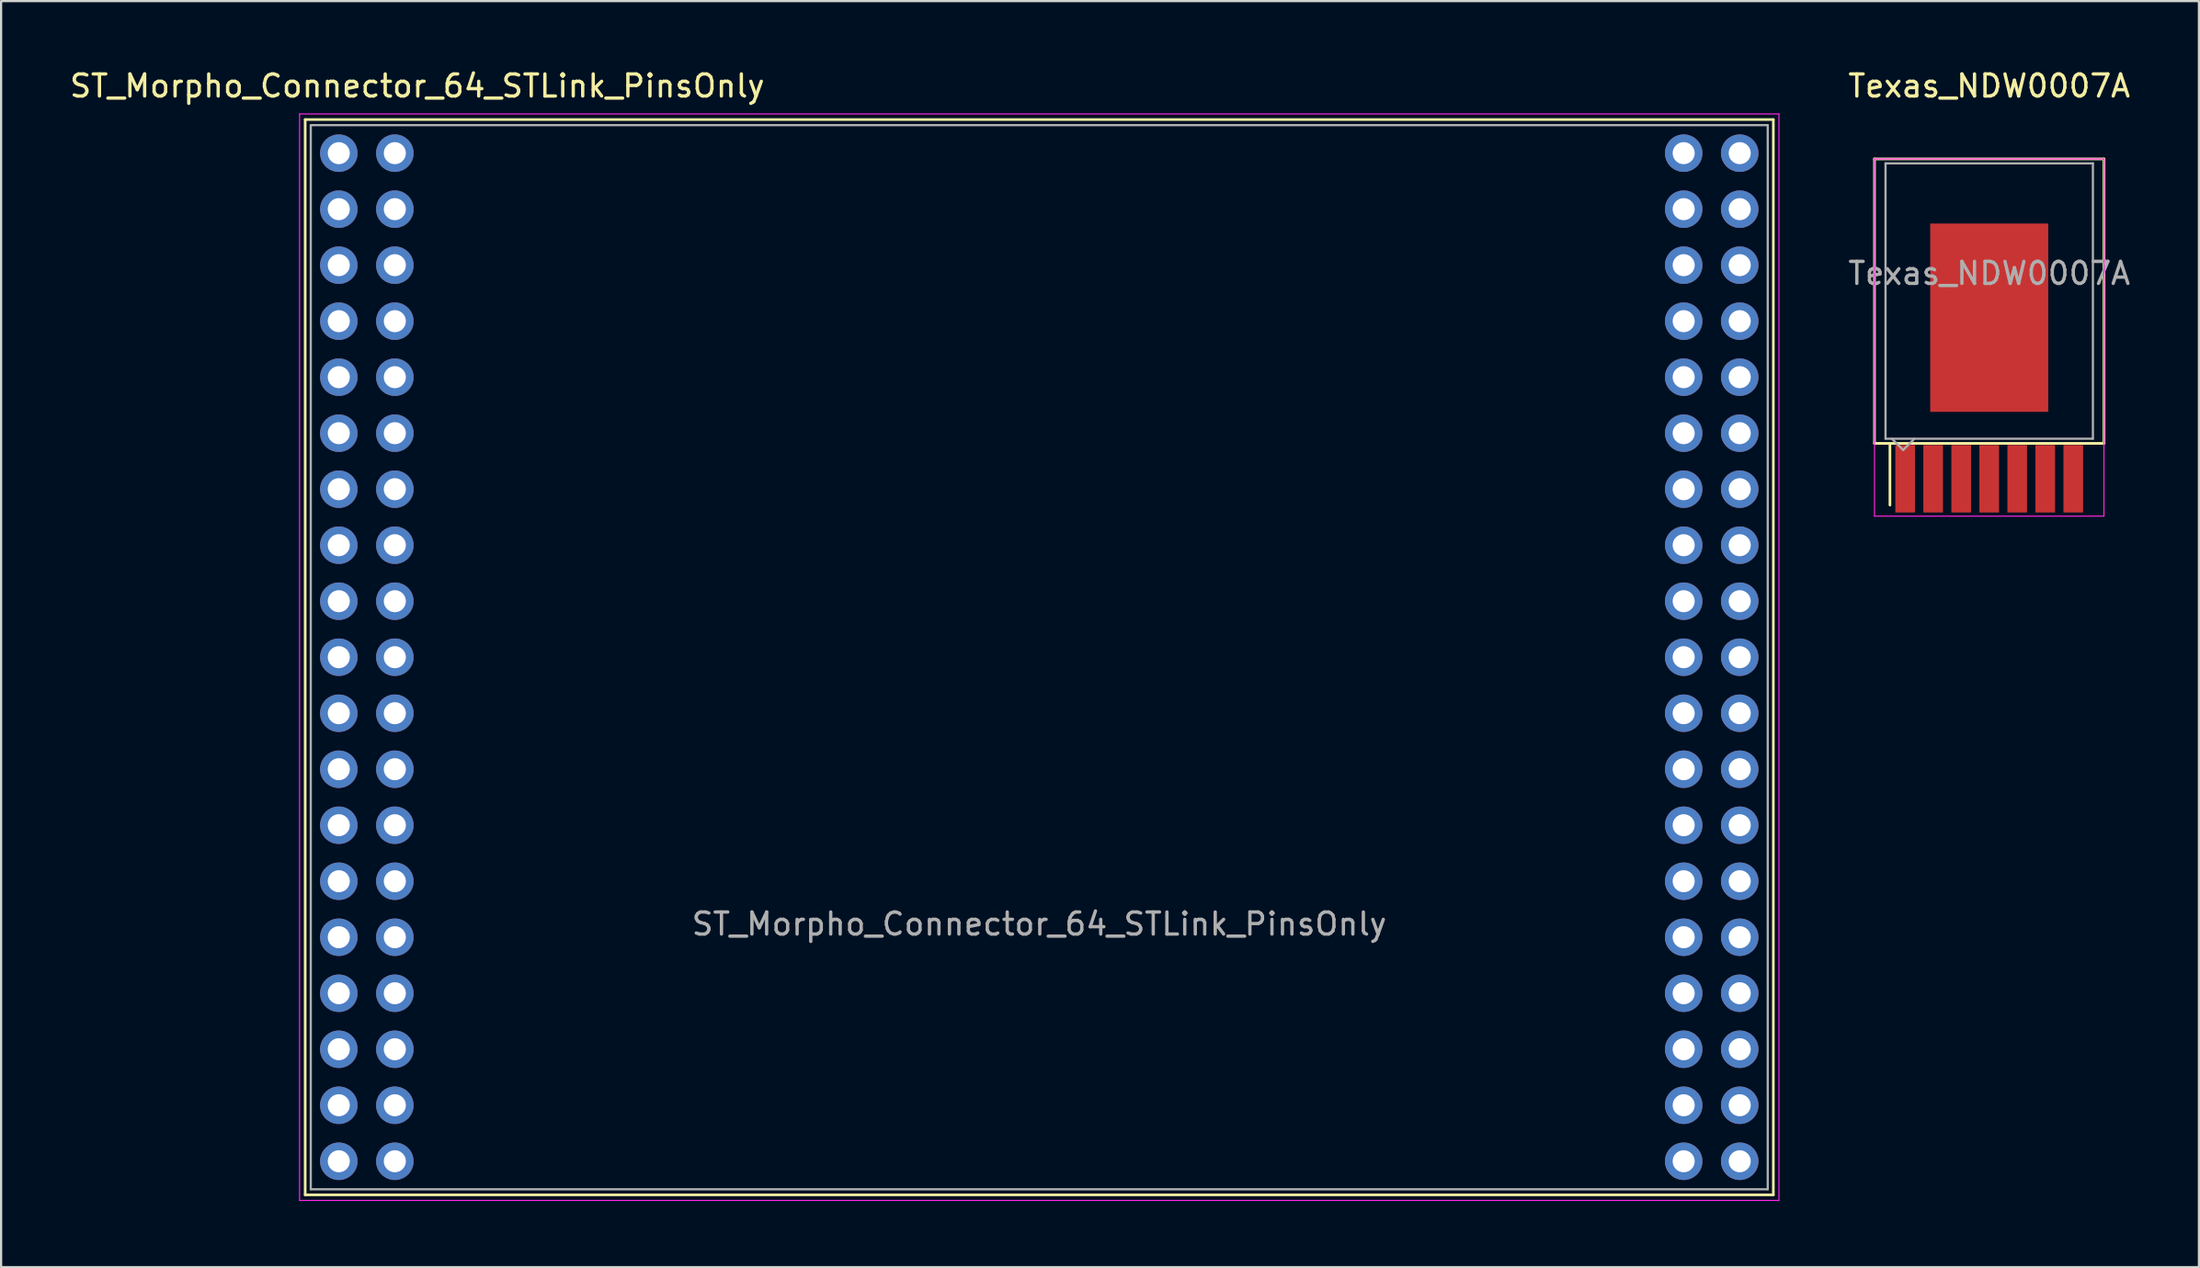
<source format=kicad_pcb>
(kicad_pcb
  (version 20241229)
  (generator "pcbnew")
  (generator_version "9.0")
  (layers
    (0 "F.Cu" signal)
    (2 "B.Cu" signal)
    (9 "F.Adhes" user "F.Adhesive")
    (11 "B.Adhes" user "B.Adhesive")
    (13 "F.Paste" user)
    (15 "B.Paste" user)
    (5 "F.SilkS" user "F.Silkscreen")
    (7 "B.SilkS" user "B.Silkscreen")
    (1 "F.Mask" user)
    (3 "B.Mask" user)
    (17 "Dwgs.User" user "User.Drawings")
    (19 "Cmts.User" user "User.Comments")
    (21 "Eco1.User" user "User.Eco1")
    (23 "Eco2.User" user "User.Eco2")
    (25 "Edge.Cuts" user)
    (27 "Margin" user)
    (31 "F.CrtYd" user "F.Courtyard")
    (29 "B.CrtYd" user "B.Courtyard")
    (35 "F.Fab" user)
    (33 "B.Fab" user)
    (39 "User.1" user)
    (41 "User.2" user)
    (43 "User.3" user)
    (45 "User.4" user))
  (footprint "ST_Morpho_Connector_64_STLink_PinsOnly"
    (layer "F.Cu")
    (at 12.307 49.616)
    (property "Reference" "ST_Morpho_Connector_64_STLink_PinsOnly" (at 3.556 -48.768 0) (layer "F.SilkS") (effects (font (size 1 1) (thickness 0.15))))
    (attr through_hole)
    (fp_line (start -1.524 -47.244) (end -1.524 1.524) (stroke (width 0.12) (type solid)) (layer "F.SilkS"))
    (fp_line (start -1.524 -47.244) (end 65.024 -47.244) (stroke (width 0.12) (type solid)) (layer "F.SilkS"))
    (fp_line (start -1.524 1.524) (end 65.024 1.524) (stroke (width 0.12) (type solid)) (layer "F.SilkS"))
    (fp_line (start 65.024 -47.244) (end 65.024 1.524) (stroke (width 0.12) (type solid)) (layer "F.SilkS"))
    (fp_line (start -1.778 -47.498) (end -1.778 1.778) (stroke (width 0.05) (type solid)) (layer "F.CrtYd"))
    (fp_line (start -1.778 -47.498) (end 65.278 -47.498) (stroke (width 0.05) (type solid)) (layer "F.CrtYd"))
    (fp_line (start -1.778 1.778) (end 65.278 1.778) (stroke (width 0.05) (type solid)) (layer "F.CrtYd"))
    (fp_line (start 65.278 -47.498) (end 65.278 1.778) (stroke (width 0.05) (type solid)) (layer "F.CrtYd"))
    (fp_line (start -1.27 1.27) (end -1.27 -46.99) (stroke (width 0.1) (type solid)) (layer "F.Fab"))
    (fp_line (start 64.77 -46.99) (end -1.27 -46.99) (stroke (width 0.1) (type solid)) (layer "F.Fab"))
    (fp_line (start 64.77 -46.99) (end 64.77 1.27) (stroke (width 0.1) (type solid)) (layer "F.Fab"))
    (fp_line (start 64.77 1.27) (end -1.27 1.27) (stroke (width 0.1) (type solid)) (layer "F.Fab"))
    (fp_text user "${REFERENCE}" (at 31.75 -10.76 0) (layer "F.Fab") (effects (font (size 1 1) (thickness 0.15))))
    (pad "1" thru_hole circle (at 0 -45.72) (size 1.7 1.7) (drill 1) (layers "*.Cu" "*.Mask"))
    (pad "2" thru_hole circle (at 2.54 -45.72) (size 1.7 1.7) (drill 1) (layers "*.Cu" "*.Mask"))
    (pad "3" thru_hole circle (at 0 -43.18) (size 1.7 1.7) (drill 1) (layers "*.Cu" "*.Mask"))
    (pad "4" thru_hole circle (at 2.54 -43.18) (size 1.7 1.7) (drill 1) (layers "*.Cu" "*.Mask"))
    (pad "5" thru_hole circle (at 0 -40.64) (size 1.7 1.7) (drill 1) (layers "*.Cu" "*.Mask"))
    (pad "6" thru_hole circle (at 2.54 -40.64) (size 1.7 1.7) (drill 1) (layers "*.Cu" "*.Mask"))
    (pad "7" thru_hole circle (at 0 -38.1) (size 1.7 1.7) (drill 1) (layers "*.Cu" "*.Mask"))
    (pad "8" thru_hole circle (at 2.54 -38.1) (size 1.7 1.7) (drill 1) (layers "*.Cu" "*.Mask"))
    (pad "9" thru_hole circle (at 0 -35.56) (size 1.7 1.7) (drill 1) (layers "*.Cu" "*.Mask"))
    (pad "10" thru_hole circle (at 2.54 -35.56) (size 1.7 1.7) (drill 1) (layers "*.Cu" "*.Mask"))
    (pad "11" thru_hole circle (at 0 -33.02) (size 1.7 1.7) (drill 1) (layers "*.Cu" "*.Mask"))
    (pad "12" thru_hole circle (at 2.54 -33.02) (size 1.7 1.7) (drill 1) (layers "*.Cu" "*.Mask"))
    (pad "13" thru_hole circle (at 0 -30.48) (size 1.7 1.7) (drill 1) (layers "*.Cu" "*.Mask"))
    (pad "14" thru_hole circle (at 2.54 -30.48) (size 1.7 1.7) (drill 1) (layers "*.Cu" "*.Mask"))
    (pad "15" thru_hole circle (at 0 -27.94) (size 1.7 1.7) (drill 1) (layers "*.Cu" "*.Mask"))
    (pad "16" thru_hole circle (at 2.54 -27.94) (size 1.7 1.7) (drill 1) (layers "*.Cu" "*.Mask"))
    (pad "17" thru_hole circle (at 0 -25.4) (size 1.7 1.7) (drill 1) (layers "*.Cu" "*.Mask"))
    (pad "18" thru_hole circle (at 2.54 -25.4) (size 1.7 1.7) (drill 1) (layers "*.Cu" "*.Mask"))
    (pad "19" thru_hole circle (at 0 -22.86) (size 1.7 1.7) (drill 1) (layers "*.Cu" "*.Mask"))
    (pad "20" thru_hole circle (at 2.54 -22.86) (size 1.7 1.7) (drill 1) (layers "*.Cu" "*.Mask"))
    (pad "21" thru_hole circle (at 0 -20.32) (size 1.7 1.7) (drill 1) (layers "*.Cu" "*.Mask"))
    (pad "22" thru_hole circle (at 2.54 -20.32) (size 1.7 1.7) (drill 1) (layers "*.Cu" "*.Mask"))
    (pad "23" thru_hole circle (at 0 -17.78) (size 1.7 1.7) (drill 1) (layers "*.Cu" "*.Mask"))
    (pad "24" thru_hole circle (at 2.54 -17.78) (size 1.7 1.7) (drill 1) (layers "*.Cu" "*.Mask"))
    (pad "25" thru_hole circle (at 0 -15.24) (size 1.7 1.7) (drill 1) (layers "*.Cu" "*.Mask"))
    (pad "26" thru_hole circle (at 2.54 -15.24) (size 1.7 1.7) (drill 1) (layers "*.Cu" "*.Mask"))
    (pad "27" thru_hole circle (at 0 -12.7) (size 1.7 1.7) (drill 1) (layers "*.Cu" "*.Mask"))
    (pad "28" thru_hole circle (at 2.54 -12.7) (size 1.7 1.7) (drill 1) (layers "*.Cu" "*.Mask"))
    (pad "29" thru_hole circle (at 0 -10.16) (size 1.7 1.7) (drill 1) (layers "*.Cu" "*.Mask"))
    (pad "30" thru_hole circle (at 2.54 -10.16) (size 1.7 1.7) (drill 1) (layers "*.Cu" "*.Mask"))
    (pad "31" thru_hole circle (at 0 -7.62) (size 1.7 1.7) (drill 1) (layers "*.Cu" "*.Mask"))
    (pad "32" thru_hole circle (at 2.54 -7.62) (size 1.7 1.7) (drill 1) (layers "*.Cu" "*.Mask"))
    (pad "33" thru_hole circle (at 0 -5.08) (size 1.7 1.7) (drill 1) (layers "*.Cu" "*.Mask"))
    (pad "34" thru_hole circle (at 2.54 -5.08) (size 1.7 1.7) (drill 1) (layers "*.Cu" "*.Mask"))
    (pad "35" thru_hole circle (at 0 -2.54) (size 1.7 1.7) (drill 1) (layers "*.Cu" "*.Mask"))
    (pad "36" thru_hole circle (at 2.54 -2.54) (size 1.7 1.7) (drill 1) (layers "*.Cu" "*.Mask"))
    (pad "37" thru_hole circle (at 0 0) (size 1.7 1.7) (drill 1) (layers "*.Cu" "*.Mask"))
    (pad "38" thru_hole circle (at 2.54 0) (size 1.7 1.7) (drill 1) (layers "*.Cu" "*.Mask"))
    (pad "39" thru_hole circle (at 60.96 -45.72) (size 1.7 1.7) (drill 1) (layers "*.Cu" "*.Mask"))
    (pad "40" thru_hole circle (at 63.5 -45.72) (size 1.7 1.7) (drill 1) (layers "*.Cu" "*.Mask"))
    (pad "41" thru_hole circle (at 60.96 -43.18) (size 1.7 1.7) (drill 1) (layers "*.Cu" "*.Mask"))
    (pad "42" thru_hole circle (at 63.5 -43.18) (size 1.7 1.7) (drill 1) (layers "*.Cu" "*.Mask"))
    (pad "43" thru_hole circle (at 60.96 -40.64) (size 1.7 1.7) (drill 1) (layers "*.Cu" "*.Mask"))
    (pad "44" thru_hole circle (at 63.5 -40.64) (size 1.7 1.7) (drill 1) (layers "*.Cu" "*.Mask"))
    (pad "45" thru_hole circle (at 60.96 -38.1) (size 1.7 1.7) (drill 1) (layers "*.Cu" "*.Mask"))
    (pad "46" thru_hole circle (at 63.5 -38.1) (size 1.7 1.7) (drill 1) (layers "*.Cu" "*.Mask"))
    (pad "47" thru_hole circle (at 60.96 -35.56) (size 1.7 1.7) (drill 1) (layers "*.Cu" "*.Mask"))
    (pad "48" thru_hole circle (at 63.5 -35.56) (size 1.7 1.7) (drill 1) (layers "*.Cu" "*.Mask"))
    (pad "49" thru_hole circle (at 60.96 -33.02) (size 1.7 1.7) (drill 1) (layers "*.Cu" "*.Mask"))
    (pad "50" thru_hole circle (at 63.5 -33.02) (size 1.7 1.7) (drill 1) (layers "*.Cu" "*.Mask"))
    (pad "51" thru_hole circle (at 60.96 -30.48) (size 1.7 1.7) (drill 1) (layers "*.Cu" "*.Mask"))
    (pad "52" thru_hole circle (at 63.5 -30.48) (size 1.7 1.7) (drill 1) (layers "*.Cu" "*.Mask"))
    (pad "53" thru_hole circle (at 60.96 -27.94) (size 1.7 1.7) (drill 1) (layers "*.Cu" "*.Mask"))
    (pad "54" thru_hole circle (at 63.5 -27.94) (size 1.7 1.7) (drill 1) (layers "*.Cu" "*.Mask"))
    (pad "55" thru_hole circle (at 60.96 -25.4) (size 1.7 1.7) (drill 1) (layers "*.Cu" "*.Mask"))
    (pad "56" thru_hole circle (at 63.5 -25.4) (size 1.7 1.7) (drill 1) (layers "*.Cu" "*.Mask"))
    (pad "57" thru_hole circle (at 60.96 -22.86) (size 1.7 1.7) (drill 1) (layers "*.Cu" "*.Mask"))
    (pad "58" thru_hole circle (at 63.5 -22.86) (size 1.7 1.7) (drill 1) (layers "*.Cu" "*.Mask"))
    (pad "59" thru_hole circle (at 60.96 -20.32) (size 1.7 1.7) (drill 1) (layers "*.Cu" "*.Mask"))
    (pad "60" thru_hole circle (at 63.5 -20.32) (size 1.7 1.7) (drill 1) (layers "*.Cu" "*.Mask"))
    (pad "61" thru_hole circle (at 60.96 -17.78) (size 1.7 1.7) (drill 1) (layers "*.Cu" "*.Mask"))
    (pad "62" thru_hole circle (at 63.5 -17.78) (size 1.7 1.7) (drill 1) (layers "*.Cu" "*.Mask"))
    (pad "63" thru_hole circle (at 60.96 -15.24) (size 1.7 1.7) (drill 1) (layers "*.Cu" "*.Mask"))
    (pad "64" thru_hole circle (at 63.5 -15.24) (size 1.7 1.7) (drill 1) (layers "*.Cu" "*.Mask"))
    (pad "65" thru_hole circle (at 60.96 -12.7) (size 1.7 1.7) (drill 1) (layers "*.Cu" "*.Mask"))
    (pad "66" thru_hole circle (at 63.5 -12.7) (size 1.7 1.7) (drill 1) (layers "*.Cu" "*.Mask"))
    (pad "67" thru_hole circle (at 60.96 -10.16) (size 1.7 1.7) (drill 1) (layers "*.Cu" "*.Mask"))
    (pad "68" thru_hole circle (at 63.5 -10.16) (size 1.7 1.7) (drill 1) (layers "*.Cu" "*.Mask"))
    (pad "69" thru_hole circle (at 60.96 -7.62) (size 1.7 1.7) (drill 1) (layers "*.Cu" "*.Mask"))
    (pad "70" thru_hole circle (at 63.5 -7.62) (size 1.7 1.7) (drill 1) (layers "*.Cu" "*.Mask"))
    (pad "71" thru_hole circle (at 60.96 -5.08) (size 1.7 1.7) (drill 1) (layers "*.Cu" "*.Mask"))
    (pad "72" thru_hole circle (at 63.5 -5.08) (size 1.7 1.7) (drill 1) (layers "*.Cu" "*.Mask"))
    (pad "73" thru_hole circle (at 60.96 -2.54) (size 1.7 1.7) (drill 1) (layers "*.Cu" "*.Mask"))
    (pad "74" thru_hole circle (at 63.5 -2.54) (size 1.7 1.7) (drill 1) (layers "*.Cu" "*.Mask"))
    (pad "75" thru_hole circle (at 60.96 0) (size 1.7 1.7) (drill 1) (layers "*.Cu" "*.Mask"))
    (pad "76" thru_hole circle (at 63.5 0) (size 1.7 1.7) (drill 1) (layers "*.Cu" "*.Mask")))
  (footprint "Texas_NDW0007A"
    (layer "F.Cu")
    (at 87.116 11.358)
    (property "Reference" "Texas_NDW0007A" (at 0 -10.51 0) (layer "F.SilkS") (effects (font (size 1 1) (thickness 0.15))))
    (attr smd)
    (fp_line (start -5.2 -7.2) (end 5.2 -7.2) (stroke (width 0.12) (type solid)) (layer "F.SilkS"))
    (fp_line (start -5.2 5.7) (end -5.2 -7.2) (stroke (width 0.12) (type solid)) (layer "F.SilkS"))
    (fp_line (start -5.2 5.7) (end 5.2 5.7) (stroke (width 0.12) (type solid)) (layer "F.SilkS"))
    (fp_line (start -4.5 5.75) (end -4.5 8.5) (stroke (width 0.12) (type solid)) (layer "F.SilkS"))
    (fp_line (start 5.2 -7.2) (end 5.2 5.7) (stroke (width 0.12) (type solid)) (layer "F.SilkS"))
    (fp_line (start -5.2 -7.2) (end 5.2 -7.2) (stroke (width 0.05) (type solid)) (layer "F.CrtYd"))
    (fp_line (start -5.2 9) (end -5.2 -7.2) (stroke (width 0.05) (type solid)) (layer "F.CrtYd"))
    (fp_line (start 5.2 -7.2) (end 5.2 9) (stroke (width 0.05) (type solid)) (layer "F.CrtYd"))
    (fp_line (start 5.2 9) (end -5.2 9) (stroke (width 0.05) (type solid)) (layer "F.CrtYd"))
    (fp_line (start -4.7 -7) (end 4.7 -7) (stroke (width 0.1) (type solid)) (layer "F.Fab"))
    (fp_line (start -4.7 5.49) (end -4.7 -7) (stroke (width 0.1) (type solid)) (layer "F.Fab"))
    (fp_line (start -4.4 5.5) (end -3.9 6) (stroke (width 0.1) (type solid)) (layer "F.Fab"))
    (fp_line (start -3.9 6) (end -3.4 5.5) (stroke (width 0.1) (type solid)) (layer "F.Fab"))
    (fp_line (start 4.7 -7) (end 4.7 5.49) (stroke (width 0.1) (type solid)) (layer "F.Fab"))
    (fp_line (start 4.7 5.49) (end -4.7 5.49) (stroke (width 0.1) (type solid)) (layer "F.Fab"))
    (fp_text user "${REFERENCE}" (at 0 -2.01 0) (layer "F.Fab") (effects (font (size 1 1) (thickness 0.15))))
    (pad "1" smd rect (at -3.81 7.305) (size 0.89 3.06) (layers "F.Cu" "F.Mask" "F.Paste"))
    (pad "2" smd rect (at -2.54 7.305) (size 0.89 3.06) (layers "F.Cu" "F.Mask" "F.Paste"))
    (pad "3" smd rect (at -1.27 7.305) (size 0.89 3.06) (layers "F.Cu" "F.Mask" "F.Paste"))
    (pad "4" smd rect (at 0 7.305) (size 0.89 3.06) (layers "F.Cu" "F.Mask" "F.Paste"))
    (pad "5" smd rect (at 1.27 7.305) (size 0.89 3.06) (layers "F.Cu" "F.Mask" "F.Paste"))
    (pad "6" smd rect (at 2.54 7.305) (size 0.89 3.06) (layers "F.Cu" "F.Mask" "F.Paste"))
    (pad "7" smd rect (at 3.81 7.305) (size 0.89 3.06) (layers "F.Cu" "F.Mask" "F.Paste"))
    (pad "8" smd rect (at 0 0) (size 5.35 8.54) (layers "F.Cu" "F.Mask" "F.Paste")))
  (gr_rect
    (start -3 -3)
    (end 96.622 54.419)
    (stroke (width 0.1) (type default))
    (fill no)
    (layer "Edge.Cuts")))
</source>
